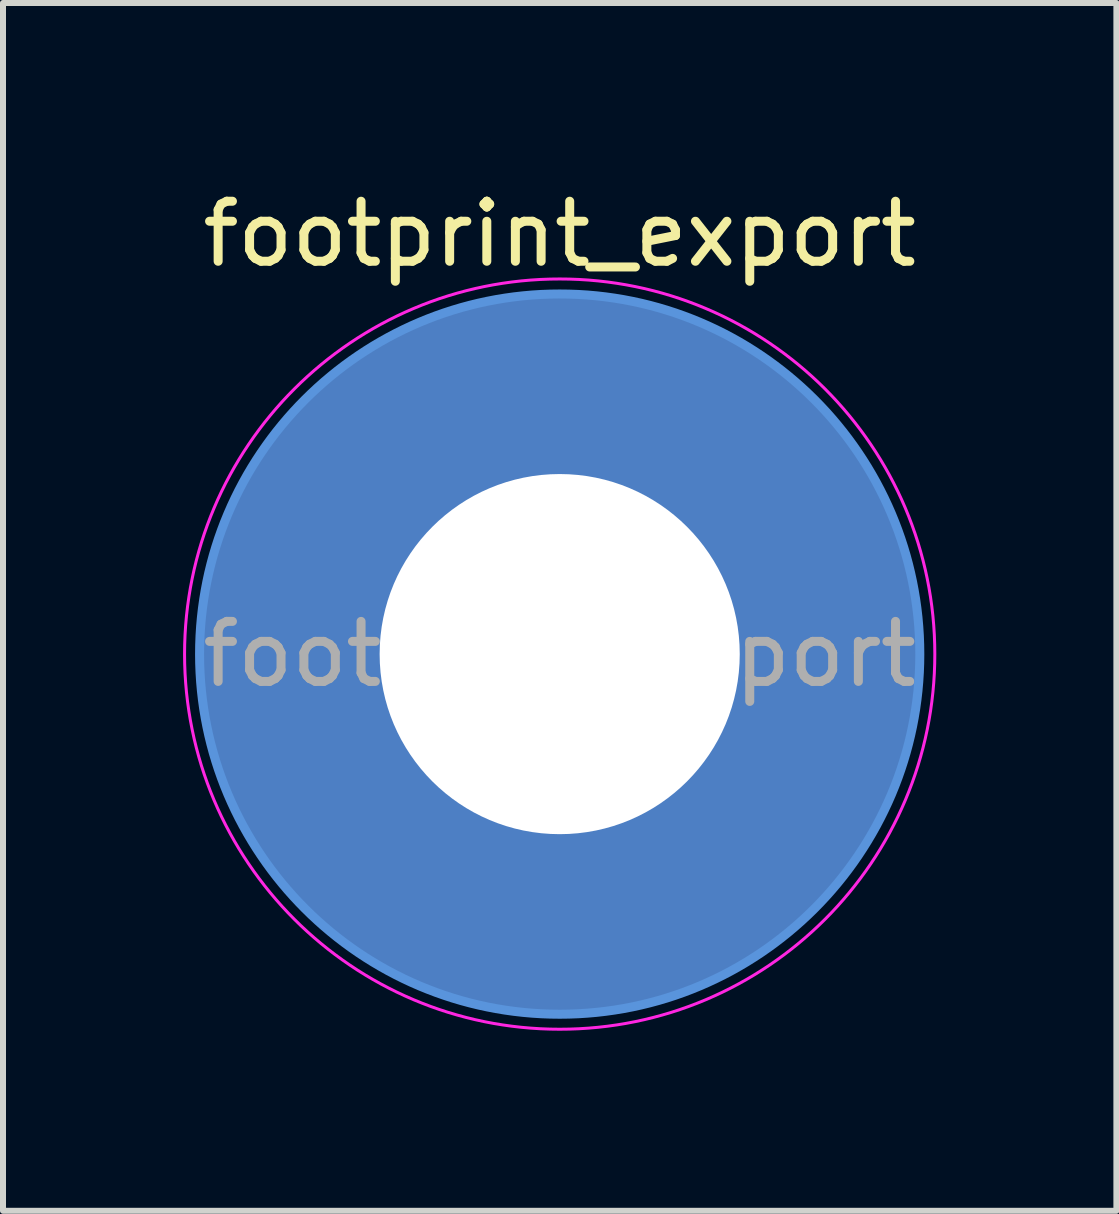
<source format=kicad_pcb>
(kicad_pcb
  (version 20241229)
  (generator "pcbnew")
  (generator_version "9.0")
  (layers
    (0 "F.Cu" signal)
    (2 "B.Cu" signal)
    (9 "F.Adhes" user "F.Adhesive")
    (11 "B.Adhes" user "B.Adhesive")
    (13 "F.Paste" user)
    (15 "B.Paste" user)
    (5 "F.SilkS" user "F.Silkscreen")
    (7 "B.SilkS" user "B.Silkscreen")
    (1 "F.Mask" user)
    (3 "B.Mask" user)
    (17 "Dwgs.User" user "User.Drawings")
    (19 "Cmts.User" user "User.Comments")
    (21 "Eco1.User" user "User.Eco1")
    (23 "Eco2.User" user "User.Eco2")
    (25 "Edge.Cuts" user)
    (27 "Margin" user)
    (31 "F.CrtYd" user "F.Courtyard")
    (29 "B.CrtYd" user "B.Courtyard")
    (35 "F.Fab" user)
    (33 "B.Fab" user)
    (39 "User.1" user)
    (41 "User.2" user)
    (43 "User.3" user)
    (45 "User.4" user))
  (footprint "footprint_export"
    (layer "F.Cu")
    (at 6.275 7.848)
    (property "Reference" "footprint_export" (at 0 -7 0) (layer "F.SilkS") (effects (font (size 1 1) (thickness 0.15))))
    (attr exclude_from_pos_files exclude_from_bom)
    (fp_circle (center 0 0) (end 6 0) (stroke (width 0.15) (type solid)) (fill no) (layer "Cmts.User"))
    (fp_circle (center 0 0) (end 6.25 0) (stroke (width 0.05) (type solid)) (fill no) (layer "F.CrtYd"))
    (fp_text user "${REFERENCE}" (at 0 0 0) (layer "F.Fab") (effects (font (size 1 1) (thickness 0.15))))
    (pad "1" thru_hole circle (at 0 0) (size 6.4 6.4) (drill 6) (layers "*.Cu" "*.Mask"))
    (pad "1" connect circle (at 0 0) (size 12 12) (layers "F.Cu" "F.Mask"))
    (pad "1" connect circle (at 0 0) (size 12 12) (layers "B.Cu" "B.Mask")))
  (gr_rect
    (start -3 -3)
    (end 15.55 17.123)
    (stroke (width 0.1) (type default))
    (fill no)
    (layer "Edge.Cuts")))
</source>
